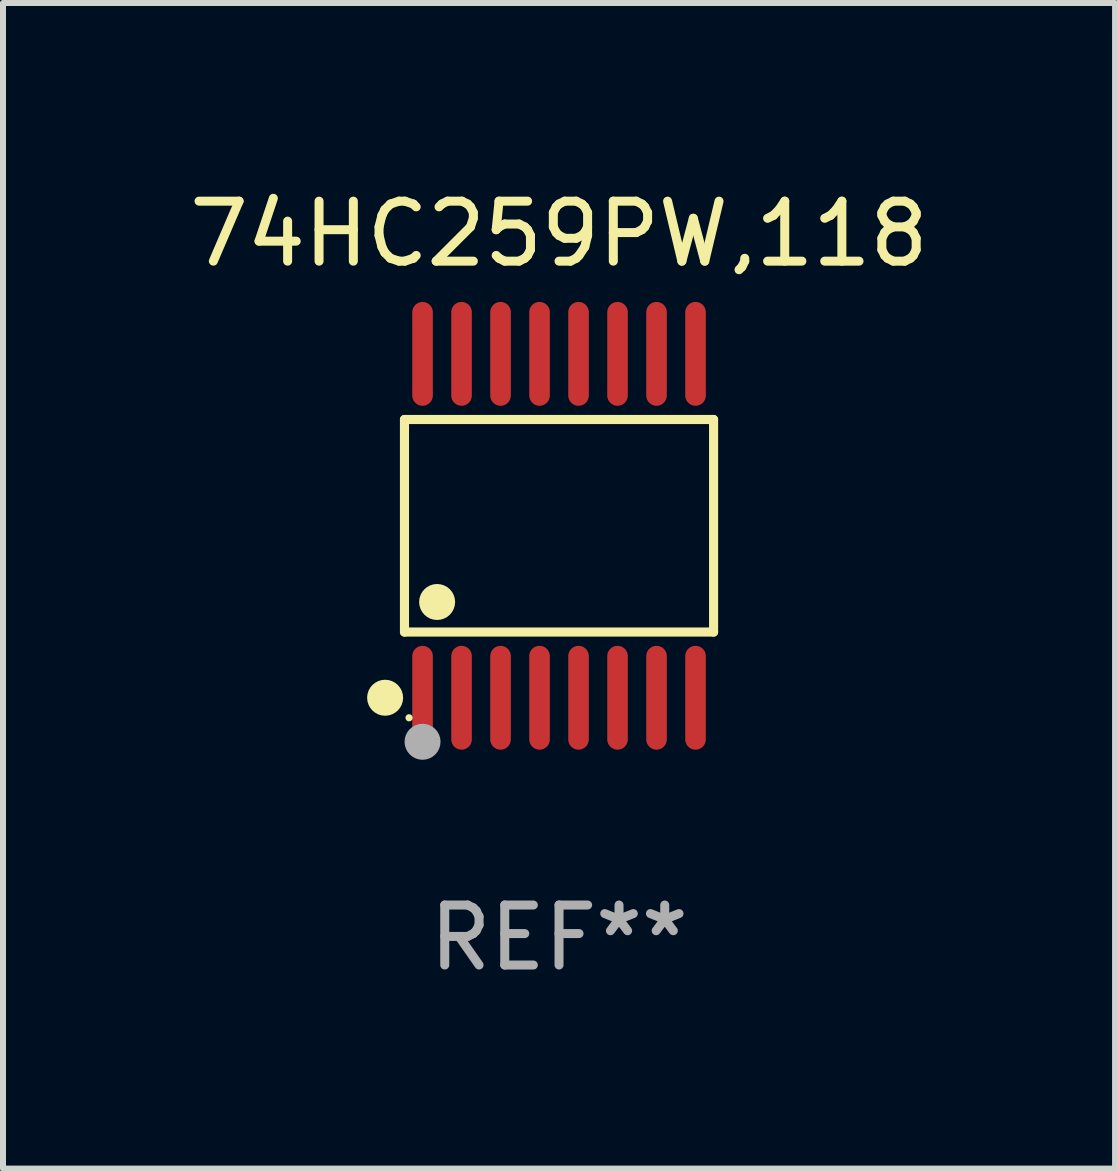
<source format=kicad_pcb>
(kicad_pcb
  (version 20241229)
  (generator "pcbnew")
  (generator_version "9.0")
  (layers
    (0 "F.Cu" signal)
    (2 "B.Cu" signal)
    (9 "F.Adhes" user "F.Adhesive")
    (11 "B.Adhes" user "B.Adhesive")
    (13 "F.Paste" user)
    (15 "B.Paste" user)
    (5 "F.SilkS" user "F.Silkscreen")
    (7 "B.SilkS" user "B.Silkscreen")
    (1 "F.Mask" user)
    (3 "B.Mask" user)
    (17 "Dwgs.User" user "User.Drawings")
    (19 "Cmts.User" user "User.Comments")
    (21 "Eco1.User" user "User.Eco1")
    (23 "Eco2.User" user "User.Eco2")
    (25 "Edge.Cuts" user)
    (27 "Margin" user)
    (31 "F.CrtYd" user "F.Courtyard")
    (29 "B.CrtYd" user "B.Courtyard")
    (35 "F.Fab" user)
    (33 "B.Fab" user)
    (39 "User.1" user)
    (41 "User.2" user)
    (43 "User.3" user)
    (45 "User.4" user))
  (footprint "74HC259PW,118"
    (layer "F.Cu")
    (at 6.268 5.714)
    (property "Reference" "74HC259PW,118" (at 0 -4.866 0) (layer "F.SilkS") (effects (font (size 1 1) (thickness 0.15))))
    (attr through_hole)
    (fp_line (start -2.576 -1.772) (end 2.576 -1.772) (stroke (width 0.152) (type solid)) (layer "F.SilkS"))
    (fp_line (start -2.576 1.771) (end -2.576 -1.772) (stroke (width 0.152) (type solid)) (layer "F.SilkS"))
    (fp_line (start 2.576 -1.772) (end 2.576 1.771) (stroke (width 0.152) (type solid)) (layer "F.SilkS"))
    (fp_line (start 2.576 1.771) (end -2.576 1.771) (stroke (width 0.152) (type solid)) (layer "F.SilkS"))
    (fp_circle (center -2.899 2.866) (end -2.749 2.866) (stroke (width 0.3) (type solid)) (fill no) (layer "F.SilkS"))
    (fp_circle (center -2.5 3.2) (end -2.47 3.2) (stroke (width 0.06) (type solid)) (fill no) (layer "F.SilkS"))
    (fp_circle (center -2.032 1.27) (end -1.882 1.27) (stroke (width 0.3) (type solid)) (fill no) (layer "F.SilkS"))
    (fp_circle (center -2.275 3.6) (end -2.125 3.6) (stroke (width 0.3) (type solid)) (fill no) (layer "F.Fab"))
    (fp_text user "REF**" (at 0 6.866 0) (layer "F.Fab") (effects (font (size 1 1) (thickness 0.15))))
    (pad "1" smd oval (at -2.275 2.866) (size 0.343 1.731) (layers "F.Cu" "F.Mask" "F.Paste"))
    (pad "2" smd oval (at -1.625 2.866) (size 0.343 1.731) (layers "F.Cu" "F.Mask" "F.Paste"))
    (pad "3" smd oval (at -0.975 2.866) (size 0.343 1.731) (layers "F.Cu" "F.Mask" "F.Paste"))
    (pad "4" smd oval (at -0.325 2.866) (size 0.343 1.731) (layers "F.Cu" "F.Mask" "F.Paste"))
    (pad "5" smd oval (at 0.325 2.866) (size 0.343 1.731) (layers "F.Cu" "F.Mask" "F.Paste"))
    (pad "6" smd oval (at 0.975 2.866) (size 0.343 1.731) (layers "F.Cu" "F.Mask" "F.Paste"))
    (pad "7" smd oval (at 1.625 2.866) (size 0.343 1.731) (layers "F.Cu" "F.Mask" "F.Paste"))
    (pad "8" smd oval (at 2.275 2.866) (size 0.343 1.731) (layers "F.Cu" "F.Mask" "F.Paste"))
    (pad "9" smd oval (at 2.275 -2.866) (size 0.343 1.731) (layers "F.Cu" "F.Mask" "F.Paste"))
    (pad "10" smd oval (at 1.625 -2.866) (size 0.343 1.731) (layers "F.Cu" "F.Mask" "F.Paste"))
    (pad "11" smd oval (at 0.975 -2.866) (size 0.343 1.731) (layers "F.Cu" "F.Mask" "F.Paste"))
    (pad "12" smd oval (at 0.325 -2.866) (size 0.343 1.731) (layers "F.Cu" "F.Mask" "F.Paste"))
    (pad "13" smd oval (at -0.325 -2.866) (size 0.343 1.731) (layers "F.Cu" "F.Mask" "F.Paste"))
    (pad "14" smd oval (at -0.975 -2.866) (size 0.343 1.731) (layers "F.Cu" "F.Mask" "F.Paste"))
    (pad "15" smd oval (at -1.625 -2.866) (size 0.343 1.731) (layers "F.Cu" "F.Mask" "F.Paste"))
    (pad "16" smd oval (at -2.275 -2.866) (size 0.343 1.731) (layers "F.Cu" "F.Mask" "F.Paste")))
  (gr_rect
    (start -3 -3)
    (end 15.536 16.428)
    (stroke (width 0.1) (type default))
    (fill no)
    (layer "Edge.Cuts")))
</source>
